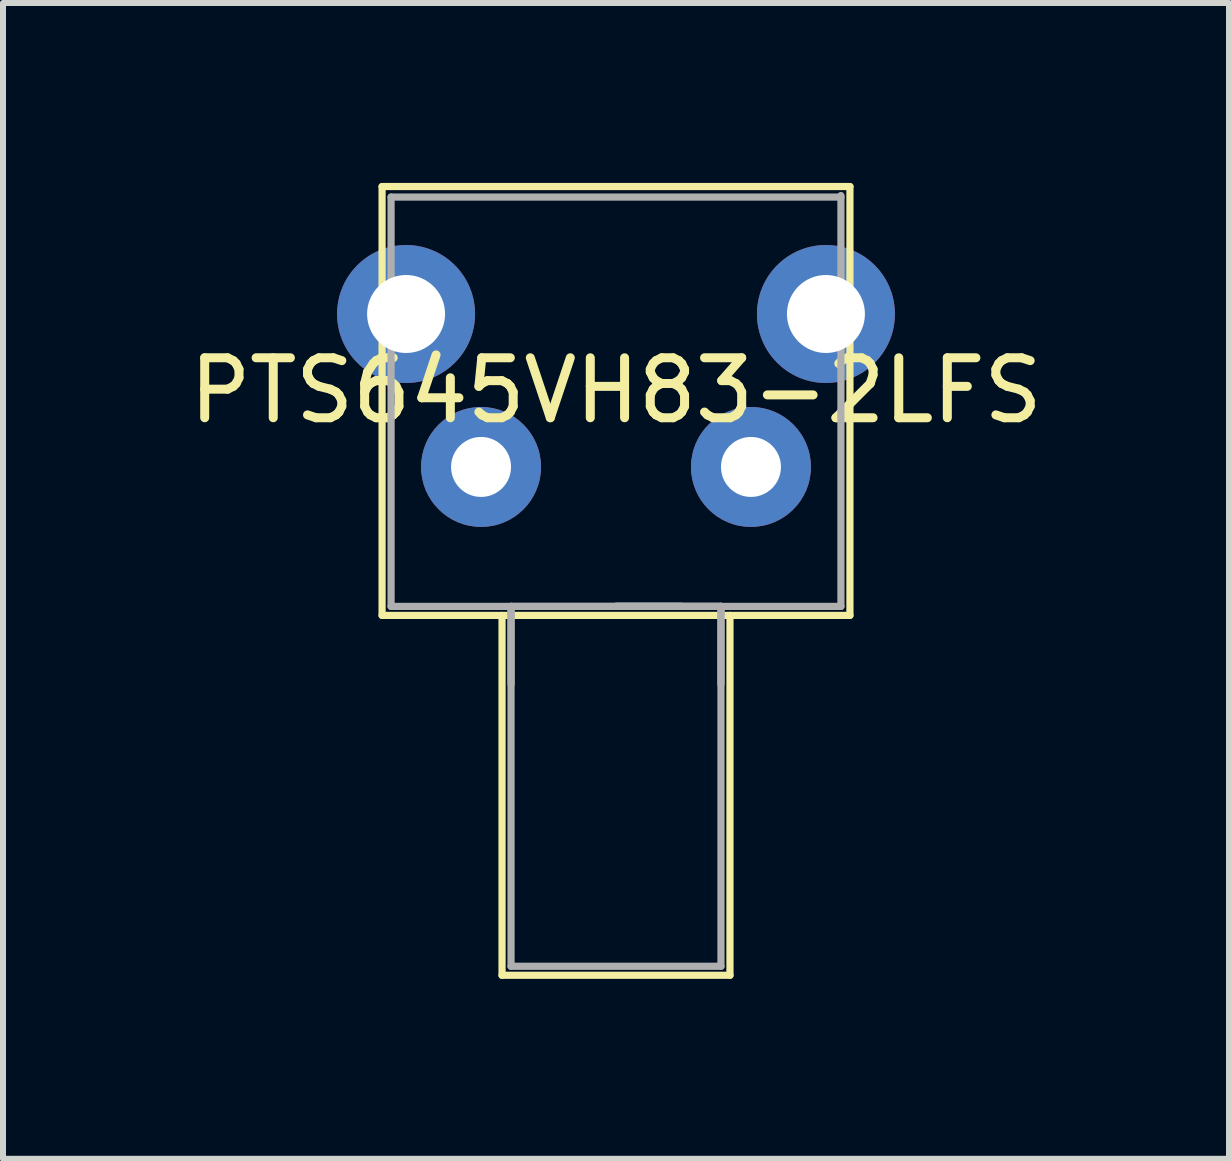
<source format=kicad_pcb>
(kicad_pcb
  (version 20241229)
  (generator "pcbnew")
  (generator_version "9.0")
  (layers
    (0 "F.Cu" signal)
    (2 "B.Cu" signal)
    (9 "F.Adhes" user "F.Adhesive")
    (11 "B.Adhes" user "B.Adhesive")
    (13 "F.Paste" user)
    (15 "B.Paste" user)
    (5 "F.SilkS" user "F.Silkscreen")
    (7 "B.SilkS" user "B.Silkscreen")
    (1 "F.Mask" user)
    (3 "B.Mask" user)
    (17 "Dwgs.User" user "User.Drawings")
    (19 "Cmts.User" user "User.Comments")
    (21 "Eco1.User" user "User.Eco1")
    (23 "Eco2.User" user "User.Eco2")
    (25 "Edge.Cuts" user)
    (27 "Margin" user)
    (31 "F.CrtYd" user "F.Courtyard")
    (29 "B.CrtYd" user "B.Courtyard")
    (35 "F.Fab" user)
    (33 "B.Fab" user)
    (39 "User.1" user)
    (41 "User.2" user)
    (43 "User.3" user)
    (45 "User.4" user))
  (footprint "PTS645VH83-2LFS"
    (layer "F.Cu")
    (at 7.22 3.46)
    (property "Reference" "PTS645VH83-2LFS" (at 0 0 180) (layer "F.SilkS") (effects (font (size 1 1) (thickness 0.15))))
    (attr through_hole)
    (fp_line (start -3.9 -3.4) (end -3.9 3.75) (stroke (width 0.12) (type solid)) (layer "F.SilkS"))
    (fp_line (start -3.9 3.75) (end 3.9 3.75) (stroke (width 0.12) (type solid)) (layer "F.SilkS"))
    (fp_line (start -1.9 3.75) (end -1.9 9.75) (stroke (width 0.12) (type solid)) (layer "F.SilkS"))
    (fp_line (start -1.9 9.75) (end 1.9 9.75) (stroke (width 0.12) (type solid)) (layer "F.SilkS"))
    (fp_line (start 1.9 9.75) (end 1.9 3.75) (stroke (width 0.12) (type solid)) (layer "F.SilkS"))
    (fp_line (start 3.9 -3.4) (end -3.9 -3.4) (stroke (width 0.12) (type solid)) (layer "F.SilkS"))
    (fp_line (start 3.9 3.75) (end 3.9 -3.4) (stroke (width 0.12) (type solid)) (layer "F.SilkS"))
    (fp_line (start -3.75 -3.225) (end -3.75 3.6) (stroke (width 0.12) (type solid)) (layer "F.Fab"))
    (fp_line (start -3.75 3.6) (end 3.75 3.6) (stroke (width 0.12) (type solid)) (layer "F.Fab"))
    (fp_line (start -1.75 3.6) (end -1.75 9.6) (stroke (width 0.12) (type solid)) (layer "F.Fab"))
    (fp_line (start -1.75 4.9) (end -1.75 3.6) (stroke (width 0.12) (type solid)) (layer "F.Fab"))
    (fp_line (start -1.75 9.6) (end 1.75 9.6) (stroke (width 0.12) (type solid)) (layer "F.Fab"))
    (fp_line (start 0 3.6) (end 1.1 3.6) (stroke (width 0.12) (type solid)) (layer "F.Fab"))
    (fp_line (start 0 3.6) (end 1.75 3.6) (stroke (width 0.12) (type solid)) (layer "F.Fab"))
    (fp_line (start 1.1 3.6) (end 0 3.6) (stroke (width 0.12) (type solid)) (layer "F.Fab"))
    (fp_line (start 1.75 3.6) (end -1.75 3.6) (stroke (width 0.12) (type solid)) (layer "F.Fab"))
    (fp_line (start 1.75 3.6) (end 1.75 4.9) (stroke (width 0.12) (type solid)) (layer "F.Fab"))
    (fp_line (start 1.75 9.6) (end 1.75 3.6) (stroke (width 0.12) (type solid)) (layer "F.Fab"))
    (fp_line (start 3.75 -3.225) (end -3.75 -3.225) (stroke (width 0.12) (type solid)) (layer "F.Fab"))
    (fp_line (start 3.75 3.6) (end 3.75 -3.25) (stroke (width 0.12) (type solid)) (layer "F.Fab"))
    (pad "1" thru_hole circle (at -2.25 1.275 180) (size 2 2) (drill 1) (layers "*.Cu" "*.Mask"))
    (pad "2" thru_hole circle (at 2.25 1.275 180) (size 2 2) (drill 1) (layers "*.Cu" "*.Mask"))
    (pad "S" thru_hole circle (at -3.5 -1.275 180) (size 2.3 2.3) (drill 1.3) (layers "*.Cu" "*.Mask"))
    (pad "S" thru_hole circle (at 3.5 -1.275 180) (size 2.3 2.3) (drill 1.3) (layers "*.Cu" "*.Mask")))
  (gr_rect
    (start -3 -3)
    (end 17.44 16.27)
    (stroke (width 0.1) (type default))
    (fill no)
    (layer "Edge.Cuts")))
</source>
